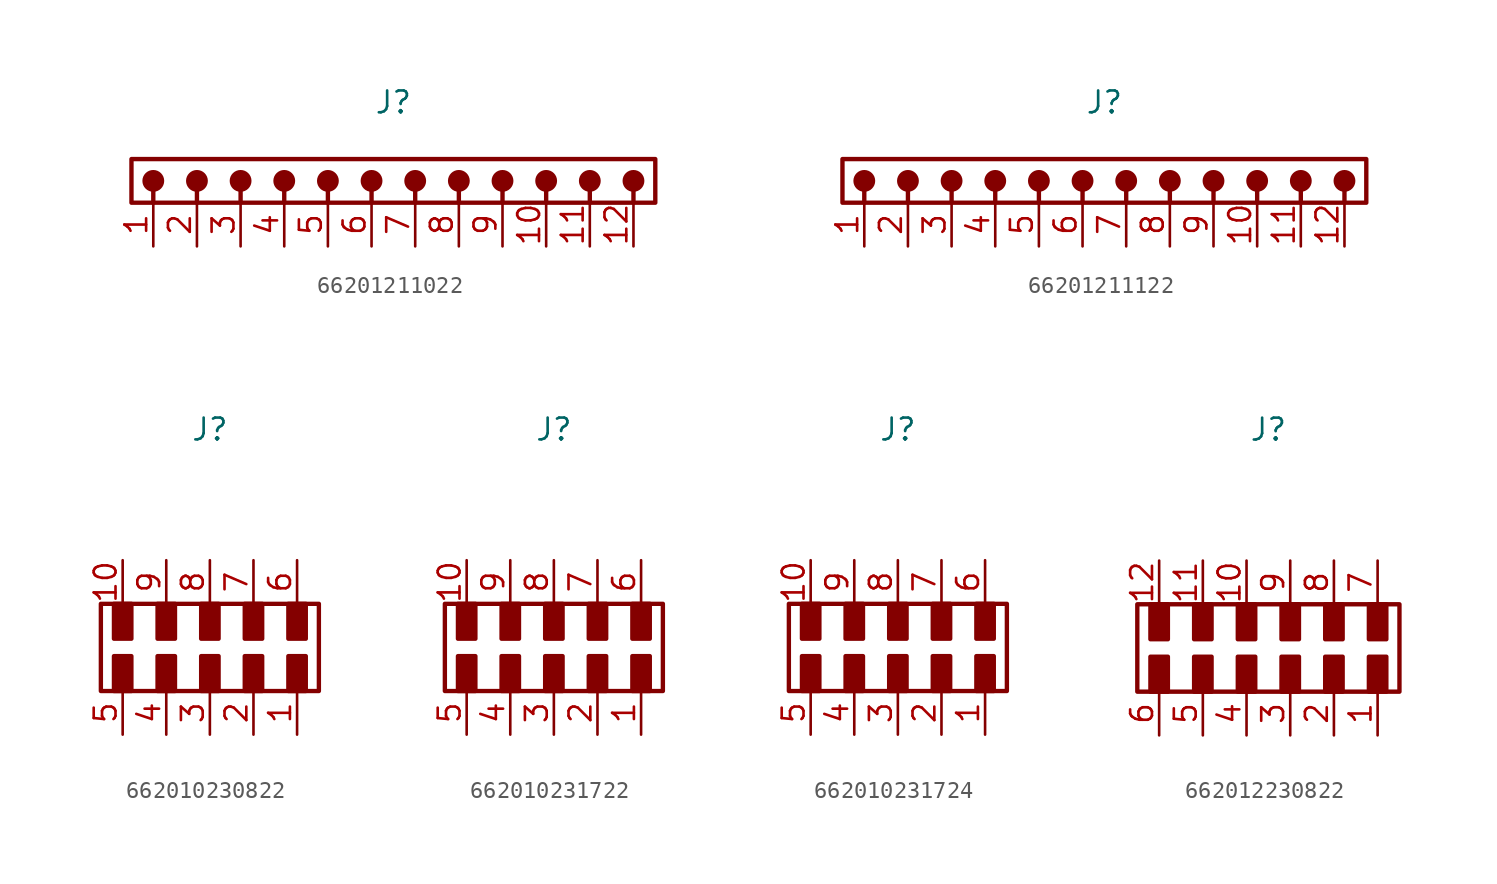
<source format=kicad_sym>
(kicad_symbol_lib
  (version 20241209)
  (generator "kicad_symbol_editor")
  (generator_version "9.0")
  (symbol "66201211022"
    (pin_names
      (hide yes))
    (property "Reference" "J"
      (at 0 4.572 0)
      (effects (font (size 1.27 1.27))))
    (symbol "66201211022_1_1"
      (rectangle (start -15.24 1.27) (end 15.24 -1.27) (stroke (width 0.254) (type solid)) (fill (type none)))
      (circle (center -13.97 0) (radius 0.508) (stroke (width 0.254) (type solid)) (fill (type outline)))
      (polyline (pts (xy -13.97 -0.508) (xy -13.97 -1.27)) (stroke (width 0.254) (type solid)) (fill (type none)))
      (circle (center -11.43 0) (radius 0.508) (stroke (width 0.254) (type solid)) (fill (type outline)))
      (polyline (pts (xy -11.43 -0.508) (xy -11.43 -1.27)) (stroke (width 0.254) (type solid)) (fill (type none)))
      (circle (center -8.89 0) (radius 0.508) (stroke (width 0.254) (type solid)) (fill (type outline)))
      (polyline (pts (xy -8.89 -0.508) (xy -8.89 -1.27)) (stroke (width 0.254) (type solid)) (fill (type none)))
      (circle (center -6.35 0) (radius 0.508) (stroke (width 0.254) (type solid)) (fill (type outline)))
      (polyline (pts (xy -6.35 -0.508) (xy -6.35 -1.27)) (stroke (width 0.254) (type solid)) (fill (type none)))
      (circle (center -3.81 0) (radius 0.508) (stroke (width 0.254) (type solid)) (fill (type outline)))
      (polyline (pts (xy -3.81 -0.508) (xy -3.81 -1.27)) (stroke (width 0.254) (type solid)) (fill (type none)))
      (circle (center -1.27 0) (radius 0.508) (stroke (width 0.254) (type solid)) (fill (type outline)))
      (polyline (pts (xy -1.27 -0.508) (xy -1.27 -1.27)) (stroke (width 0.254) (type solid)) (fill (type none)))
      (circle (center 1.27 0) (radius 0.508) (stroke (width 0.254) (type solid)) (fill (type outline)))
      (polyline (pts (xy 1.27 -0.508) (xy 1.27 -1.27)) (stroke (width 0.254) (type solid)) (fill (type none)))
      (circle (center 3.81 0) (radius 0.508) (stroke (width 0.254) (type solid)) (fill (type outline)))
      (polyline (pts (xy 3.81 -0.508) (xy 3.81 -1.27)) (stroke (width 0.254) (type solid)) (fill (type none)))
      (circle (center 6.35 0) (radius 0.508) (stroke (width 0.254) (type solid)) (fill (type outline)))
      (polyline (pts (xy 6.35 -0.508) (xy 6.35 -1.27)) (stroke (width 0.254) (type solid)) (fill (type none)))
      (circle (center 8.89 0) (radius 0.508) (stroke (width 0.254) (type solid)) (fill (type outline)))
      (polyline (pts (xy 8.89 -0.508) (xy 8.89 -1.27)) (stroke (width 0.254) (type solid)) (fill (type none)))
      (circle (center 11.43 0) (radius 0.508) (stroke (width 0.254) (type solid)) (fill (type outline)))
      (polyline (pts (xy 11.43 -0.508) (xy 11.43 -1.27)) (stroke (width 0.254) (type solid)) (fill (type none)))
      (circle (center 13.97 0) (radius 0.508) (stroke (width 0.254) (type solid)) (fill (type outline)))
      (polyline (pts (xy 13.97 -0.508) (xy 13.97 -1.27)) (stroke (width 0.254) (type solid)) (fill (type none)))
      (pin passive line (at -13.97 -3.81 90) (length 2.54) (name "1" (effects (font (size 1.27 1.27)))) (number "1" (effects (font (size 1.27 1.27)))))
      (pin passive line (at -11.43 -3.81 90) (length 2.54) (name "2" (effects (font (size 1.27 1.27)))) (number "2" (effects (font (size 1.27 1.27)))))
      (pin passive line (at -8.89 -3.81 90) (length 2.54) (name "3" (effects (font (size 1.27 1.27)))) (number "3" (effects (font (size 1.27 1.27)))))
      (pin passive line (at -6.35 -3.81 90) (length 2.54) (name "4" (effects (font (size 1.27 1.27)))) (number "4" (effects (font (size 1.27 1.27)))))
      (pin passive line (at -3.81 -3.81 90) (length 2.54) (name "5" (effects (font (size 1.27 1.27)))) (number "5" (effects (font (size 1.27 1.27)))))
      (pin passive line (at -1.27 -3.81 90) (length 2.54) (name "6" (effects (font (size 1.27 1.27)))) (number "6" (effects (font (size 1.27 1.27)))))
      (pin passive line (at 1.27 -3.81 90) (length 2.54) (name "7" (effects (font (size 1.27 1.27)))) (number "7" (effects (font (size 1.27 1.27)))))
      (pin passive line (at 3.81 -3.81 90) (length 2.54) (name "8" (effects (font (size 1.27 1.27)))) (number "8" (effects (font (size 1.27 1.27)))))
      (pin passive line (at 6.35 -3.81 90) (length 2.54) (name "9" (effects (font (size 1.27 1.27)))) (number "9" (effects (font (size 1.27 1.27)))))
      (pin passive line (at 8.89 -3.81 90) (length 2.54) (name "10" (effects (font (size 1.27 1.27)))) (number "10" (effects (font (size 1.27 1.27)))))
      (pin passive line (at 11.43 -3.81 90) (length 2.54) (name "11" (effects (font (size 1.27 1.27)))) (number "11" (effects (font (size 1.27 1.27)))))
      (pin passive line (at 13.97 -3.81 90) (length 2.54) (name "12" (effects (font (size 1.27 1.27)))) (number "12" (effects (font (size 1.27 1.27)))))))
  (symbol "66201211122"
    (pin_names
      (hide yes))
    (property "Reference" "J"
      (at 0 4.572 0)
      (effects (font (size 1.27 1.27))))
    (symbol "66201211122_1_1"
      (rectangle (start -15.24 1.27) (end 15.24 -1.27) (stroke (width 0.254) (type solid)) (fill (type none)))
      (circle (center -13.97 0) (radius 0.508) (stroke (width 0.254) (type solid)) (fill (type outline)))
      (polyline (pts (xy -13.97 -0.508) (xy -13.97 -1.27)) (stroke (width 0.254) (type solid)) (fill (type none)))
      (circle (center -11.43 0) (radius 0.508) (stroke (width 0.254) (type solid)) (fill (type outline)))
      (polyline (pts (xy -11.43 -0.508) (xy -11.43 -1.27)) (stroke (width 0.254) (type solid)) (fill (type none)))
      (circle (center -8.89 0) (radius 0.508) (stroke (width 0.254) (type solid)) (fill (type outline)))
      (polyline (pts (xy -8.89 -0.508) (xy -8.89 -1.27)) (stroke (width 0.254) (type solid)) (fill (type none)))
      (circle (center -6.35 0) (radius 0.508) (stroke (width 0.254) (type solid)) (fill (type outline)))
      (polyline (pts (xy -6.35 -0.508) (xy -6.35 -1.27)) (stroke (width 0.254) (type solid)) (fill (type none)))
      (circle (center -3.81 0) (radius 0.508) (stroke (width 0.254) (type solid)) (fill (type outline)))
      (polyline (pts (xy -3.81 -0.508) (xy -3.81 -1.27)) (stroke (width 0.254) (type solid)) (fill (type none)))
      (circle (center -1.27 0) (radius 0.508) (stroke (width 0.254) (type solid)) (fill (type outline)))
      (polyline (pts (xy -1.27 -0.508) (xy -1.27 -1.27)) (stroke (width 0.254) (type solid)) (fill (type none)))
      (circle (center 1.27 0) (radius 0.508) (stroke (width 0.254) (type solid)) (fill (type outline)))
      (polyline (pts (xy 1.27 -0.508) (xy 1.27 -1.27)) (stroke (width 0.254) (type solid)) (fill (type none)))
      (circle (center 3.81 0) (radius 0.508) (stroke (width 0.254) (type solid)) (fill (type outline)))
      (polyline (pts (xy 3.81 -0.508) (xy 3.81 -1.27)) (stroke (width 0.254) (type solid)) (fill (type none)))
      (circle (center 6.35 0) (radius 0.508) (stroke (width 0.254) (type solid)) (fill (type outline)))
      (polyline (pts (xy 6.35 -0.508) (xy 6.35 -1.27)) (stroke (width 0.254) (type solid)) (fill (type none)))
      (circle (center 8.89 0) (radius 0.508) (stroke (width 0.254) (type solid)) (fill (type outline)))
      (polyline (pts (xy 8.89 -0.508) (xy 8.89 -1.27)) (stroke (width 0.254) (type solid)) (fill (type none)))
      (circle (center 11.43 0) (radius 0.508) (stroke (width 0.254) (type solid)) (fill (type outline)))
      (polyline (pts (xy 11.43 -0.508) (xy 11.43 -1.27)) (stroke (width 0.254) (type solid)) (fill (type none)))
      (circle (center 13.97 0) (radius 0.508) (stroke (width 0.254) (type solid)) (fill (type outline)))
      (polyline (pts (xy 13.97 -0.508) (xy 13.97 -1.27)) (stroke (width 0.254) (type solid)) (fill (type none)))
      (pin passive line (at -13.97 -3.81 90) (length 2.54) (name "1" (effects (font (size 1.27 1.27)))) (number "1" (effects (font (size 1.27 1.27)))))
      (pin passive line (at -11.43 -3.81 90) (length 2.54) (name "2" (effects (font (size 1.27 1.27)))) (number "2" (effects (font (size 1.27 1.27)))))
      (pin passive line (at -8.89 -3.81 90) (length 2.54) (name "3" (effects (font (size 1.27 1.27)))) (number "3" (effects (font (size 1.27 1.27)))))
      (pin passive line (at -6.35 -3.81 90) (length 2.54) (name "4" (effects (font (size 1.27 1.27)))) (number "4" (effects (font (size 1.27 1.27)))))
      (pin passive line (at -3.81 -3.81 90) (length 2.54) (name "5" (effects (font (size 1.27 1.27)))) (number "5" (effects (font (size 1.27 1.27)))))
      (pin passive line (at -1.27 -3.81 90) (length 2.54) (name "6" (effects (font (size 1.27 1.27)))) (number "6" (effects (font (size 1.27 1.27)))))
      (pin passive line (at 1.27 -3.81 90) (length 2.54) (name "7" (effects (font (size 1.27 1.27)))) (number "7" (effects (font (size 1.27 1.27)))))
      (pin passive line (at 3.81 -3.81 90) (length 2.54) (name "8" (effects (font (size 1.27 1.27)))) (number "8" (effects (font (size 1.27 1.27)))))
      (pin passive line (at 6.35 -3.81 90) (length 2.54) (name "9" (effects (font (size 1.27 1.27)))) (number "9" (effects (font (size 1.27 1.27)))))
      (pin passive line (at 8.89 -3.81 90) (length 2.54) (name "10" (effects (font (size 1.27 1.27)))) (number "10" (effects (font (size 1.27 1.27)))))
      (pin passive line (at 11.43 -3.81 90) (length 2.54) (name "11" (effects (font (size 1.27 1.27)))) (number "11" (effects (font (size 1.27 1.27)))))
      (pin passive line (at 13.97 -3.81 90) (length 2.54) (name "12" (effects (font (size 1.27 1.27)))) (number "12" (effects (font (size 1.27 1.27)))))))
  (symbol "662010230822"
    (pin_names
      (hide yes))
    (property "Reference" "J"
      (at 0 12.7 0)
      (effects (font (size 1.27 1.27))))
    (symbol "662010230822_1_1"
      (rectangle (start -6.35 2.54) (end 6.35 -2.54) (stroke (width 0.254) (type solid)) (fill (type none)))
      (rectangle (start -5.588 2.54) (end -4.572 0.508) (stroke (width 0.254) (type solid)) (fill (type outline)))
      (rectangle (start -5.588 -0.508) (end -4.572 -2.54) (stroke (width 0.254) (type solid)) (fill (type outline)))
      (rectangle (start -3.048 2.54) (end -2.032 0.508) (stroke (width 0.254) (type solid)) (fill (type outline)))
      (rectangle (start -3.048 -0.508) (end -2.032 -2.54) (stroke (width 0.254) (type solid)) (fill (type outline)))
      (rectangle (start -0.508 2.54) (end 0.508 0.508) (stroke (width 0.254) (type solid)) (fill (type outline)))
      (rectangle (start -0.508 -0.508) (end 0.508 -2.54) (stroke (width 0.254) (type solid)) (fill (type outline)))
      (rectangle (start 2.032 2.54) (end 3.048 0.508) (stroke (width 0.254) (type solid)) (fill (type outline)))
      (rectangle (start 2.032 -0.508) (end 3.048 -2.54) (stroke (width 0.254) (type solid)) (fill (type outline)))
      (rectangle (start 4.572 2.54) (end 5.588 0.508) (stroke (width 0.254) (type solid)) (fill (type outline)))
      (rectangle (start 4.572 -0.508) (end 5.588 -2.54) (stroke (width 0.254) (type solid)) (fill (type outline)))
      (pin passive line (at -5.08 5.08 270) (length 2.54) (name "10" (effects (font (size 1.27 1.27)))) (number "10" (effects (font (size 1.27 1.27)))))
      (pin passive line (at -5.08 -5.08 90) (length 2.54) (name "5" (effects (font (size 1.27 1.27)))) (number "5" (effects (font (size 1.27 1.27)))))
      (pin passive line (at -2.54 5.08 270) (length 2.54) (name "9" (effects (font (size 1.27 1.27)))) (number "9" (effects (font (size 1.27 1.27)))))
      (pin passive line (at -2.54 -5.08 90) (length 2.54) (name "4" (effects (font (size 1.27 1.27)))) (number "4" (effects (font (size 1.27 1.27)))))
      (pin passive line (at 0 5.08 270) (length 2.54) (name "8" (effects (font (size 1.27 1.27)))) (number "8" (effects (font (size 1.27 1.27)))))
      (pin passive line (at 0 -5.08 90) (length 2.54) (name "3" (effects (font (size 1.27 1.27)))) (number "3" (effects (font (size 1.27 1.27)))))
      (pin passive line (at 2.54 5.08 270) (length 2.54) (name "7" (effects (font (size 1.27 1.27)))) (number "7" (effects (font (size 1.27 1.27)))))
      (pin passive line (at 2.54 -5.08 90) (length 2.54) (name "2" (effects (font (size 1.27 1.27)))) (number "2" (effects (font (size 1.27 1.27)))))
      (pin passive line (at 5.08 5.08 270) (length 2.54) (name "6" (effects (font (size 1.27 1.27)))) (number "6" (effects (font (size 1.27 1.27)))))
      (pin passive line (at 5.08 -5.08 90) (length 2.54) (name "1" (effects (font (size 1.27 1.27)))) (number "1" (effects (font (size 1.27 1.27)))))))
  (symbol "662010231722"
    (pin_names
      (hide yes))
    (property "Reference" "J"
      (at 0 12.7 0)
      (effects (font (size 1.27 1.27))))
    (symbol "662010231722_1_1"
      (rectangle (start -6.35 2.54) (end 6.35 -2.54) (stroke (width 0.254) (type solid)) (fill (type none)))
      (rectangle (start -5.588 2.54) (end -4.572 0.508) (stroke (width 0.254) (type solid)) (fill (type outline)))
      (rectangle (start -5.588 -0.508) (end -4.572 -2.54) (stroke (width 0.254) (type solid)) (fill (type outline)))
      (rectangle (start -3.048 2.54) (end -2.032 0.508) (stroke (width 0.254) (type solid)) (fill (type outline)))
      (rectangle (start -3.048 -0.508) (end -2.032 -2.54) (stroke (width 0.254) (type solid)) (fill (type outline)))
      (rectangle (start -0.508 2.54) (end 0.508 0.508) (stroke (width 0.254) (type solid)) (fill (type outline)))
      (rectangle (start -0.508 -0.508) (end 0.508 -2.54) (stroke (width 0.254) (type solid)) (fill (type outline)))
      (rectangle (start 2.032 2.54) (end 3.048 0.508) (stroke (width 0.254) (type solid)) (fill (type outline)))
      (rectangle (start 2.032 -0.508) (end 3.048 -2.54) (stroke (width 0.254) (type solid)) (fill (type outline)))
      (rectangle (start 4.572 2.54) (end 5.588 0.508) (stroke (width 0.254) (type solid)) (fill (type outline)))
      (rectangle (start 4.572 -0.508) (end 5.588 -2.54) (stroke (width 0.254) (type solid)) (fill (type outline)))
      (pin passive line (at -5.08 5.08 270) (length 2.54) (name "10" (effects (font (size 1.27 1.27)))) (number "10" (effects (font (size 1.27 1.27)))))
      (pin passive line (at -5.08 -5.08 90) (length 2.54) (name "5" (effects (font (size 1.27 1.27)))) (number "5" (effects (font (size 1.27 1.27)))))
      (pin passive line (at -2.54 5.08 270) (length 2.54) (name "9" (effects (font (size 1.27 1.27)))) (number "9" (effects (font (size 1.27 1.27)))))
      (pin passive line (at -2.54 -5.08 90) (length 2.54) (name "4" (effects (font (size 1.27 1.27)))) (number "4" (effects (font (size 1.27 1.27)))))
      (pin passive line (at 0 5.08 270) (length 2.54) (name "8" (effects (font (size 1.27 1.27)))) (number "8" (effects (font (size 1.27 1.27)))))
      (pin passive line (at 0 -5.08 90) (length 2.54) (name "3" (effects (font (size 1.27 1.27)))) (number "3" (effects (font (size 1.27 1.27)))))
      (pin passive line (at 2.54 5.08 270) (length 2.54) (name "7" (effects (font (size 1.27 1.27)))) (number "7" (effects (font (size 1.27 1.27)))))
      (pin passive line (at 2.54 -5.08 90) (length 2.54) (name "2" (effects (font (size 1.27 1.27)))) (number "2" (effects (font (size 1.27 1.27)))))
      (pin passive line (at 5.08 5.08 270) (length 2.54) (name "6" (effects (font (size 1.27 1.27)))) (number "6" (effects (font (size 1.27 1.27)))))
      (pin passive line (at 5.08 -5.08 90) (length 2.54) (name "1" (effects (font (size 1.27 1.27)))) (number "1" (effects (font (size 1.27 1.27)))))))
  (symbol "662010231724"
    (pin_names
      (hide yes))
    (property "Reference" "J"
      (at 0 12.7 0)
      (effects (font (size 1.27 1.27))))
    (symbol "662010231724_1_1"
      (rectangle (start -6.35 2.54) (end 6.35 -2.54) (stroke (width 0.254) (type solid)) (fill (type none)))
      (rectangle (start -5.588 2.54) (end -4.572 0.508) (stroke (width 0.254) (type solid)) (fill (type outline)))
      (rectangle (start -5.588 -0.508) (end -4.572 -2.54) (stroke (width 0.254) (type solid)) (fill (type outline)))
      (rectangle (start -3.048 2.54) (end -2.032 0.508) (stroke (width 0.254) (type solid)) (fill (type outline)))
      (rectangle (start -3.048 -0.508) (end -2.032 -2.54) (stroke (width 0.254) (type solid)) (fill (type outline)))
      (rectangle (start -0.508 2.54) (end 0.508 0.508) (stroke (width 0.254) (type solid)) (fill (type outline)))
      (rectangle (start -0.508 -0.508) (end 0.508 -2.54) (stroke (width 0.254) (type solid)) (fill (type outline)))
      (rectangle (start 2.032 2.54) (end 3.048 0.508) (stroke (width 0.254) (type solid)) (fill (type outline)))
      (rectangle (start 2.032 -0.508) (end 3.048 -2.54) (stroke (width 0.254) (type solid)) (fill (type outline)))
      (rectangle (start 4.572 2.54) (end 5.588 0.508) (stroke (width 0.254) (type solid)) (fill (type outline)))
      (rectangle (start 4.572 -0.508) (end 5.588 -2.54) (stroke (width 0.254) (type solid)) (fill (type outline)))
      (pin passive line (at -5.08 5.08 270) (length 2.54) (name "10" (effects (font (size 1.27 1.27)))) (number "10" (effects (font (size 1.27 1.27)))))
      (pin passive line (at -5.08 -5.08 90) (length 2.54) (name "5" (effects (font (size 1.27 1.27)))) (number "5" (effects (font (size 1.27 1.27)))))
      (pin passive line (at -2.54 5.08 270) (length 2.54) (name "9" (effects (font (size 1.27 1.27)))) (number "9" (effects (font (size 1.27 1.27)))))
      (pin passive line (at -2.54 -5.08 90) (length 2.54) (name "4" (effects (font (size 1.27 1.27)))) (number "4" (effects (font (size 1.27 1.27)))))
      (pin passive line (at 0 5.08 270) (length 2.54) (name "8" (effects (font (size 1.27 1.27)))) (number "8" (effects (font (size 1.27 1.27)))))
      (pin passive line (at 0 -5.08 90) (length 2.54) (name "3" (effects (font (size 1.27 1.27)))) (number "3" (effects (font (size 1.27 1.27)))))
      (pin passive line (at 2.54 5.08 270) (length 2.54) (name "7" (effects (font (size 1.27 1.27)))) (number "7" (effects (font (size 1.27 1.27)))))
      (pin passive line (at 2.54 -5.08 90) (length 2.54) (name "2" (effects (font (size 1.27 1.27)))) (number "2" (effects (font (size 1.27 1.27)))))
      (pin passive line (at 5.08 5.08 270) (length 2.54) (name "6" (effects (font (size 1.27 1.27)))) (number "6" (effects (font (size 1.27 1.27)))))
      (pin passive line (at 5.08 -5.08 90) (length 2.54) (name "1" (effects (font (size 1.27 1.27)))) (number "1" (effects (font (size 1.27 1.27)))))))
  (symbol "662012230822"
    (pin_names
      (hide yes))
    (property "Reference" "J"
      (at 0 12.7 0)
      (effects (font (size 1.27 1.27))))
    (symbol "662012230822_1_1"
      (rectangle (start -7.62 2.54) (end 7.62 -2.54) (stroke (width 0.254) (type solid)) (fill (type none)))
      (rectangle (start -6.858 2.54) (end -5.842 0.508) (stroke (width 0.254) (type solid)) (fill (type outline)))
      (rectangle (start -6.858 -0.508) (end -5.842 -2.54) (stroke (width 0.254) (type solid)) (fill (type outline)))
      (rectangle (start -4.318 2.54) (end -3.302 0.508) (stroke (width 0.254) (type solid)) (fill (type outline)))
      (rectangle (start -4.318 -0.508) (end -3.302 -2.54) (stroke (width 0.254) (type solid)) (fill (type outline)))
      (rectangle (start -1.778 2.54) (end -0.762 0.508) (stroke (width 0.254) (type solid)) (fill (type outline)))
      (rectangle (start -1.778 -0.508) (end -0.762 -2.54) (stroke (width 0.254) (type solid)) (fill (type outline)))
      (rectangle (start 0.762 2.54) (end 1.778 0.508) (stroke (width 0.254) (type solid)) (fill (type outline)))
      (rectangle (start 0.762 -0.508) (end 1.778 -2.54) (stroke (width 0.254) (type solid)) (fill (type outline)))
      (rectangle (start 3.302 2.54) (end 4.318 0.508) (stroke (width 0.254) (type solid)) (fill (type outline)))
      (rectangle (start 3.302 -0.508) (end 4.318 -2.54) (stroke (width 0.254) (type solid)) (fill (type outline)))
      (rectangle (start 5.842 2.54) (end 6.858 0.508) (stroke (width 0.254) (type solid)) (fill (type outline)))
      (rectangle (start 5.842 -0.508) (end 6.858 -2.54) (stroke (width 0.254) (type solid)) (fill (type outline)))
      (pin passive line (at -6.35 5.08 270) (length 2.54) (name "12" (effects (font (size 1.27 1.27)))) (number "12" (effects (font (size 1.27 1.27)))))
      (pin passive line (at -6.35 -5.08 90) (length 2.54) (name "6" (effects (font (size 1.27 1.27)))) (number "6" (effects (font (size 1.27 1.27)))))
      (pin passive line (at -3.81 5.08 270) (length 2.54) (name "11" (effects (font (size 1.27 1.27)))) (number "11" (effects (font (size 1.27 1.27)))))
      (pin passive line (at -3.81 -5.08 90) (length 2.54) (name "5" (effects (font (size 1.27 1.27)))) (number "5" (effects (font (size 1.27 1.27)))))
      (pin passive line (at -1.27 5.08 270) (length 2.54) (name "10" (effects (font (size 1.27 1.27)))) (number "10" (effects (font (size 1.27 1.27)))))
      (pin passive line (at -1.27 -5.08 90) (length 2.54) (name "4" (effects (font (size 1.27 1.27)))) (number "4" (effects (font (size 1.27 1.27)))))
      (pin passive line (at 1.27 5.08 270) (length 2.54) (name "9" (effects (font (size 1.27 1.27)))) (number "9" (effects (font (size 1.27 1.27)))))
      (pin passive line (at 1.27 -5.08 90) (length 2.54) (name "3" (effects (font (size 1.27 1.27)))) (number "3" (effects (font (size 1.27 1.27)))))
      (pin passive line (at 3.81 5.08 270) (length 2.54) (name "8" (effects (font (size 1.27 1.27)))) (number "8" (effects (font (size 1.27 1.27)))))
      (pin passive line (at 3.81 -5.08 90) (length 2.54) (name "2" (effects (font (size 1.27 1.27)))) (number "2" (effects (font (size 1.27 1.27)))))
      (pin passive line (at 6.35 5.08 270) (length 2.54) (name "7" (effects (font (size 1.27 1.27)))) (number "7" (effects (font (size 1.27 1.27)))))
      (pin passive line (at 6.35 -5.08 90) (length 2.54) (name "1" (effects (font (size 1.27 1.27)))) (number "1" (effects (font (size 1.27 1.27))))))))
</source>
